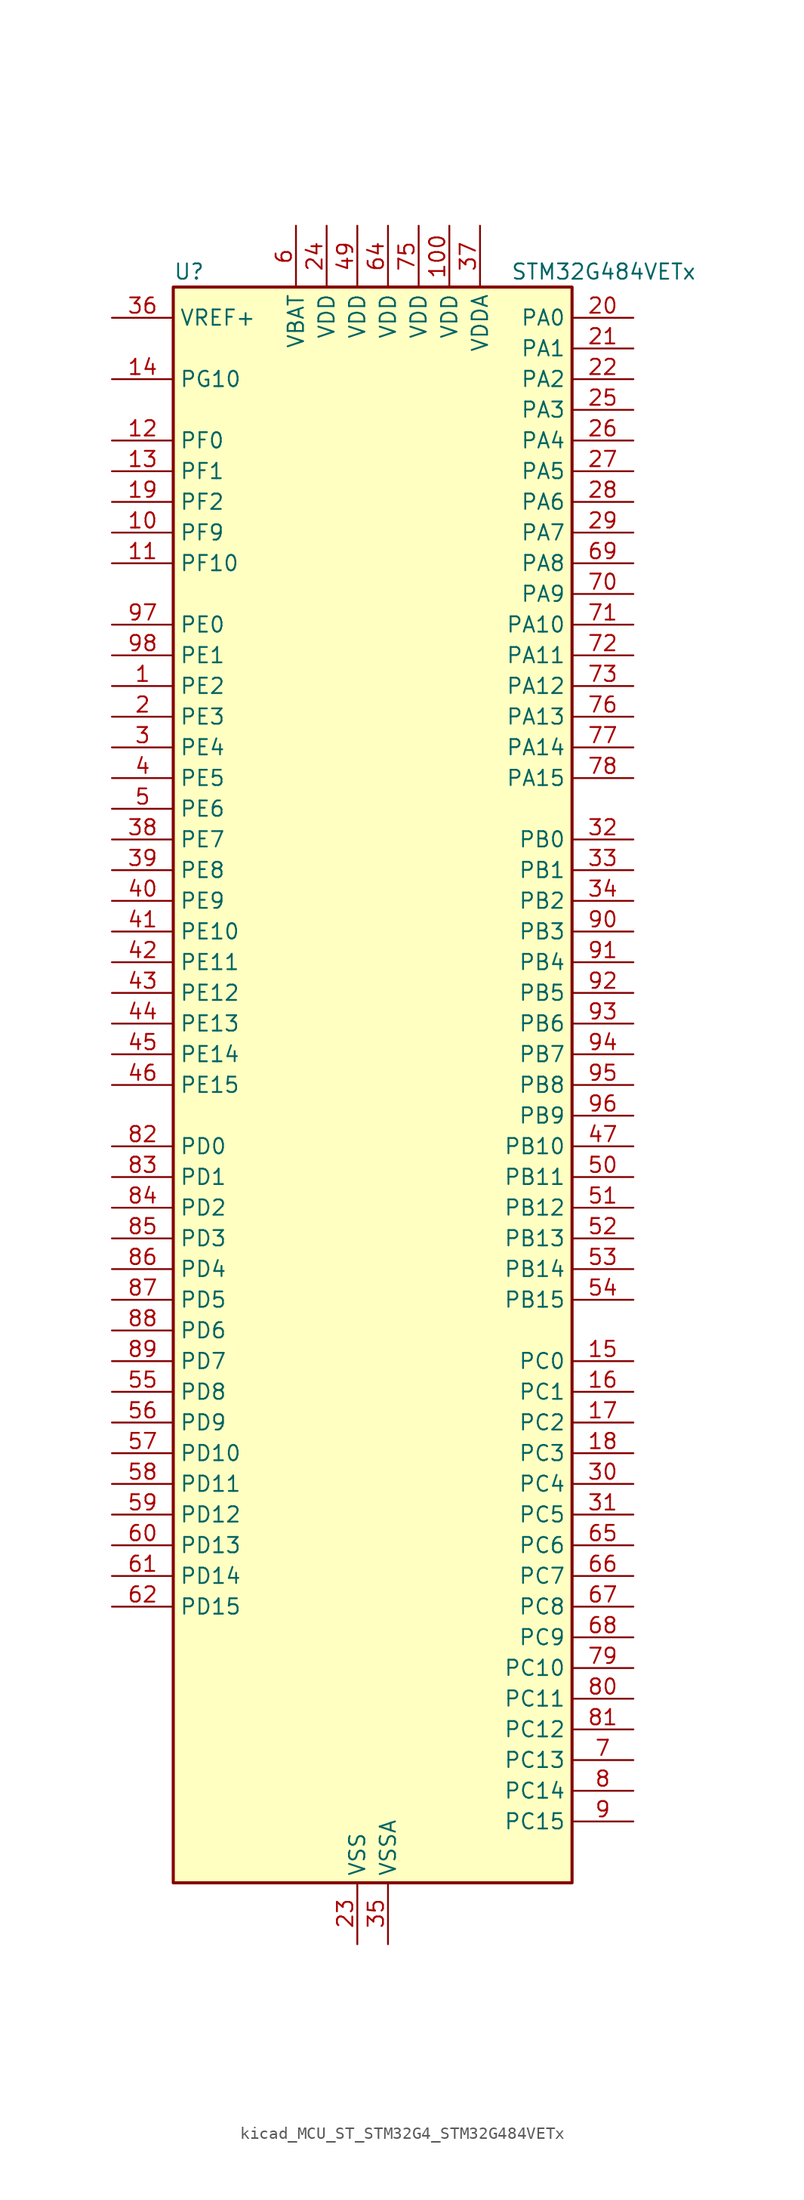
<source format=kicad_sym>
(kicad_symbol_lib
  (version 20220914)
  (generator kicad_symbol_editor)
  (symbol "kicad_MCU_ST_STM32G4_STM32G484VETx"
    (property "Reference" "U"
      (at -15.24 67.31 0)
      (effects (font (size 1.27 1.27)) (justify left)))
    (property "Value" "STM32G484VETx"
      (at 12.7 67.31 0)
      (effects (font (size 1.27 1.27)) (justify left)))
    (property "ki_locked" ""
      (at 0 0 0)
      (effects (font (size 1.27 1.27))))
    (symbol "kicad_MCU_ST_STM32G4_STM32G484VETx_0_1"
      (rectangle (start -15.24 -66.04) (end 17.78 66.04) (stroke (width 0.254) (type default)) (fill (type background))))
    (symbol "kicad_MCU_ST_STM32G4_STM32G484VETx_1_1"
      (pin bidirectional line (at -20.32 33.02 0) (length 5.08) (name "PE2" (effects (font (size 1.27 1.27)))) (number "1" (effects (font (size 1.27 1.27)))) (alternate "ADC3_EXTI2" bidirectional line) (alternate "ADC4_EXTI2" bidirectional line) (alternate "ADC5_EXTI2" bidirectional line) (alternate "FMC_A23" bidirectional line) (alternate "SAI1_CK1" bidirectional line) (alternate "SAI1_MCLK_A" bidirectional line) (alternate "SPI4_SCK" bidirectional line) (alternate "SYS_TRACECLK" bidirectional line) (alternate "TIM20_CH1" bidirectional line) (alternate "TIM3_CH1" bidirectional line))
      (pin bidirectional line (at -20.32 45.72 0) (length 5.08) (name "PF9" (effects (font (size 1.27 1.27)))) (number "10" (effects (font (size 1.27 1.27)))) (alternate "DAC1_EXTI9" bidirectional line) (alternate "DAC2_EXTI9" bidirectional line) (alternate "DAC3_EXTI9" bidirectional line) (alternate "DAC4_EXTI9" bidirectional line) (alternate "FMC_A25" bidirectional line) (alternate "QUADSPI1_BK1_IO1" bidirectional line) (alternate "SAI1_FS_B" bidirectional line) (alternate "SPI2_SCK" bidirectional line) (alternate "TIM15_CH1" bidirectional line) (alternate "TIM20_BKIN" bidirectional line) (alternate "TIM5_CH4" bidirectional line))
      (pin power_in line (at 7.62 71.12 270) (length 5.08) (name "VDD" (effects (font (size 1.27 1.27)))) (number "100" (effects (font (size 1.27 1.27)))))
      (pin bidirectional line (at -20.32 43.18 0) (length 5.08) (name "PF10" (effects (font (size 1.27 1.27)))) (number "11" (effects (font (size 1.27 1.27)))) (alternate "DAC1_EXTI10" bidirectional line) (alternate "DAC2_EXTI10" bidirectional line) (alternate "DAC3_EXTI10" bidirectional line) (alternate "DAC4_EXTI10" bidirectional line) (alternate "FMC_A0" bidirectional line) (alternate "QUADSPI1_CLK" bidirectional line) (alternate "SAI1_D3" bidirectional line) (alternate "SPI2_SCK" bidirectional line) (alternate "TIM15_CH2" bidirectional line) (alternate "TIM20_BKIN2" bidirectional line))
      (pin bidirectional line (at -20.32 53.34 0) (length 5.08) (name "PF0" (effects (font (size 1.27 1.27)))) (number "12" (effects (font (size 1.27 1.27)))) (alternate "ADC1_IN10" bidirectional line) (alternate "I2C2_SDA" bidirectional line) (alternate "I2S2_WS" bidirectional line) (alternate "RCC_OSC_IN" bidirectional line) (alternate "SPI2_NSS" bidirectional line) (alternate "TIM1_CH3N" bidirectional line))
      (pin bidirectional line (at -20.32 50.8 0) (length 5.08) (name "PF1" (effects (font (size 1.27 1.27)))) (number "13" (effects (font (size 1.27 1.27)))) (alternate "ADC2_IN10" bidirectional line) (alternate "COMP3_INM" bidirectional line) (alternate "I2S2_CK" bidirectional line) (alternate "RCC_OSC_OUT" bidirectional line) (alternate "SPI2_SCK" bidirectional line))
      (pin bidirectional line (at -20.32 58.42 0) (length 5.08) (name "PG10" (effects (font (size 1.27 1.27)))) (number "14" (effects (font (size 1.27 1.27)))) (alternate "DAC1_EXTI10" bidirectional line) (alternate "DAC2_EXTI10" bidirectional line) (alternate "DAC3_EXTI10" bidirectional line) (alternate "DAC4_EXTI10" bidirectional line) (alternate "RCC_MCO" bidirectional line))
      (pin bidirectional line (at 22.86 -22.86 180) (length 5.08) (name "PC0" (effects (font (size 1.27 1.27)))) (number "15" (effects (font (size 1.27 1.27)))) (alternate "ADC1_IN6" bidirectional line) (alternate "ADC2_IN6" bidirectional line) (alternate "COMP3_INM" bidirectional line) (alternate "LPTIM1_IN1" bidirectional line) (alternate "LPUART1_RX" bidirectional line) (alternate "TIM1_CH1" bidirectional line))
      (pin bidirectional line (at 22.86 -25.4 180) (length 5.08) (name "PC1" (effects (font (size 1.27 1.27)))) (number "16" (effects (font (size 1.27 1.27)))) (alternate "ADC1_IN7" bidirectional line) (alternate "ADC2_IN7" bidirectional line) (alternate "COMP3_INP" bidirectional line) (alternate "LPTIM1_OUT" bidirectional line) (alternate "LPUART1_TX" bidirectional line) (alternate "QUADSPI1_BK2_IO0" bidirectional line) (alternate "SAI1_SD_A" bidirectional line) (alternate "TIM1_CH2" bidirectional line))
      (pin bidirectional line (at 22.86 -27.94 180) (length 5.08) (name "PC2" (effects (font (size 1.27 1.27)))) (number "17" (effects (font (size 1.27 1.27)))) (alternate "ADC1_IN8" bidirectional line) (alternate "ADC2_IN8" bidirectional line) (alternate "ADC3_EXTI2" bidirectional line) (alternate "ADC4_EXTI2" bidirectional line) (alternate "ADC5_EXTI2" bidirectional line) (alternate "COMP3_OUT" bidirectional line) (alternate "LPTIM1_IN2" bidirectional line) (alternate "QUADSPI1_BK2_IO1" bidirectional line) (alternate "TIM1_CH3" bidirectional line) (alternate "TIM20_CH2" bidirectional line))
      (pin bidirectional line (at 22.86 -30.48 180) (length 5.08) (name "PC3" (effects (font (size 1.27 1.27)))) (number "18" (effects (font (size 1.27 1.27)))) (alternate "ADC1_IN9" bidirectional line) (alternate "ADC2_IN9" bidirectional line) (alternate "ADC3_EXTI3" bidirectional line) (alternate "ADC4_EXTI3" bidirectional line) (alternate "ADC5_EXTI3" bidirectional line) (alternate "LPTIM1_ETR" bidirectional line) (alternate "OPAMP5_VINP" bidirectional line) (alternate "OPAMP5_VINP_SEC" bidirectional line) (alternate "QUADSPI1_BK2_IO2" bidirectional line) (alternate "SAI1_D1" bidirectional line) (alternate "SAI1_SD_A" bidirectional line) (alternate "TIM1_BKIN2" bidirectional line) (alternate "TIM1_CH4" bidirectional line))
      (pin bidirectional line (at -20.32 48.26 0) (length 5.08) (name "PF2" (effects (font (size 1.27 1.27)))) (number "19" (effects (font (size 1.27 1.27)))) (alternate "ADC3_EXTI2" bidirectional line) (alternate "ADC4_EXTI2" bidirectional line) (alternate "ADC5_EXTI2" bidirectional line) (alternate "FMC_A2" bidirectional line) (alternate "I2C2_SMBA" bidirectional line) (alternate "TIM20_CH3" bidirectional line))
      (pin bidirectional line (at -20.32 30.48 0) (length 5.08) (name "PE3" (effects (font (size 1.27 1.27)))) (number "2" (effects (font (size 1.27 1.27)))) (alternate "ADC3_EXTI3" bidirectional line) (alternate "ADC4_EXTI3" bidirectional line) (alternate "ADC5_EXTI3" bidirectional line) (alternate "FMC_A19" bidirectional line) (alternate "SAI1_SD_B" bidirectional line) (alternate "SPI4_NSS" bidirectional line) (alternate "SYS_TRACED0" bidirectional line) (alternate "TIM20_CH2" bidirectional line) (alternate "TIM3_CH2" bidirectional line))
      (pin bidirectional line (at 22.86 63.5 180) (length 5.08) (name "PA0" (effects (font (size 1.27 1.27)))) (number "20" (effects (font (size 1.27 1.27)))) (alternate "ADC1_IN1" bidirectional line) (alternate "ADC2_IN1" bidirectional line) (alternate "COMP1_INM" bidirectional line) (alternate "COMP1_OUT" bidirectional line) (alternate "COMP3_INP" bidirectional line) (alternate "RTC_TAMP2" bidirectional line) (alternate "SYS_WKUP1" bidirectional line) (alternate "TIM2_CH1" bidirectional line) (alternate "TIM2_ETR" bidirectional line) (alternate "TIM5_CH1" bidirectional line) (alternate "TIM8_BKIN" bidirectional line) (alternate "TIM8_ETR" bidirectional line) (alternate "USART2_CTS" bidirectional line) (alternate "USART2_NSS" bidirectional line))
      (pin bidirectional line (at 22.86 60.96 180) (length 5.08) (name "PA1" (effects (font (size 1.27 1.27)))) (number "21" (effects (font (size 1.27 1.27)))) (alternate "ADC1_IN2" bidirectional line) (alternate "ADC2_IN2" bidirectional line) (alternate "COMP1_INP" bidirectional line) (alternate "OPAMP1_VINP" bidirectional line) (alternate "OPAMP1_VINP_SEC" bidirectional line) (alternate "OPAMP3_VINP" bidirectional line) (alternate "OPAMP3_VINP_SEC" bidirectional line) (alternate "OPAMP6_VINM" bidirectional line) (alternate "OPAMP6_VINM0" bidirectional line) (alternate "OPAMP6_VINM_SEC" bidirectional line) (alternate "RTC_REFIN" bidirectional line) (alternate "TIM15_CH1N" bidirectional line) (alternate "TIM2_CH2" bidirectional line) (alternate "TIM5_CH2" bidirectional line) (alternate "USART2_DE" bidirectional line) (alternate "USART2_RTS" bidirectional line))
      (pin bidirectional line (at 22.86 58.42 180) (length 5.08) (name "PA2" (effects (font (size 1.27 1.27)))) (number "22" (effects (font (size 1.27 1.27)))) (alternate "ADC1_IN3" bidirectional line) (alternate "ADC3_EXTI2" bidirectional line) (alternate "ADC4_EXTI2" bidirectional line) (alternate "ADC5_EXTI2" bidirectional line) (alternate "COMP2_INM" bidirectional line) (alternate "COMP2_OUT" bidirectional line) (alternate "LPUART1_TX" bidirectional line) (alternate "OPAMP1_VOUT" bidirectional line) (alternate "QUADSPI1_BK1_NCS" bidirectional line) (alternate "RCC_LSCO" bidirectional line) (alternate "SYS_WKUP4" bidirectional line) (alternate "TIM15_CH1" bidirectional line) (alternate "TIM2_CH3" bidirectional line) (alternate "TIM5_CH3" bidirectional line) (alternate "UCPD1_FRSTX1" bidirectional line) (alternate "UCPD1_FRSTX2" bidirectional line) (alternate "USART2_TX" bidirectional line))
      (pin power_in line (at 0 -71.12 90) (length 5.08) (name "VSS" (effects (font (size 1.27 1.27)))) (number "23" (effects (font (size 1.27 1.27)))))
      (pin power_in line (at -2.54 71.12 270) (length 5.08) (name "VDD" (effects (font (size 1.27 1.27)))) (number "24" (effects (font (size 1.27 1.27)))))
      (pin bidirectional line (at 22.86 55.88 180) (length 5.08) (name "PA3" (effects (font (size 1.27 1.27)))) (number "25" (effects (font (size 1.27 1.27)))) (alternate "ADC1_IN4" bidirectional line) (alternate "ADC3_EXTI3" bidirectional line) (alternate "ADC4_EXTI3" bidirectional line) (alternate "ADC5_EXTI3" bidirectional line) (alternate "COMP2_INP" bidirectional line) (alternate "LPUART1_RX" bidirectional line) (alternate "OPAMP1_VINM" bidirectional line) (alternate "OPAMP1_VINM0" bidirectional line) (alternate "OPAMP1_VINM_SEC" bidirectional line) (alternate "OPAMP1_VINP" bidirectional line) (alternate "OPAMP1_VINP_SEC" bidirectional line) (alternate "OPAMP5_VINM" bidirectional line) (alternate "OPAMP5_VINM1" bidirectional line) (alternate "OPAMP5_VINM_SEC" bidirectional line) (alternate "QUADSPI1_CLK" bidirectional line) (alternate "SAI1_CK1" bidirectional line) (alternate "SAI1_MCLK_A" bidirectional line) (alternate "TIM15_CH2" bidirectional line) (alternate "TIM2_CH4" bidirectional line) (alternate "TIM5_CH4" bidirectional line) (alternate "USART2_RX" bidirectional line))
      (pin bidirectional line (at 22.86 53.34 180) (length 5.08) (name "PA4" (effects (font (size 1.27 1.27)))) (number "26" (effects (font (size 1.27 1.27)))) (alternate "ADC2_IN17" bidirectional line) (alternate "COMP1_INM" bidirectional line) (alternate "DAC1_OUT1" bidirectional line) (alternate "I2S3_WS" bidirectional line) (alternate "SAI1_FS_B" bidirectional line) (alternate "SPI1_NSS" bidirectional line) (alternate "SPI3_NSS" bidirectional line) (alternate "TIM3_CH2" bidirectional line) (alternate "USART2_CK" bidirectional line))
      (pin bidirectional line (at 22.86 50.8 180) (length 5.08) (name "PA5" (effects (font (size 1.27 1.27)))) (number "27" (effects (font (size 1.27 1.27)))) (alternate "ADC2_IN13" bidirectional line) (alternate "COMP2_INM" bidirectional line) (alternate "DAC1_OUT2" bidirectional line) (alternate "OPAMP2_VINM" bidirectional line) (alternate "OPAMP2_VINM0" bidirectional line) (alternate "OPAMP2_VINM_SEC" bidirectional line) (alternate "SPI1_SCK" bidirectional line) (alternate "TIM2_CH1" bidirectional line) (alternate "TIM2_ETR" bidirectional line) (alternate "UCPD1_FRSTX1" bidirectional line) (alternate "UCPD1_FRSTX2" bidirectional line))
      (pin bidirectional line (at 22.86 48.26 180) (length 5.08) (name "PA6" (effects (font (size 1.27 1.27)))) (number "28" (effects (font (size 1.27 1.27)))) (alternate "ADC2_IN3" bidirectional line) (alternate "COMP1_OUT" bidirectional line) (alternate "DAC2_OUT1" bidirectional line) (alternate "LPUART1_CTS" bidirectional line) (alternate "OPAMP2_VOUT" bidirectional line) (alternate "QUADSPI1_BK1_IO3" bidirectional line) (alternate "SPI1_MISO" bidirectional line) (alternate "TIM16_CH1" bidirectional line) (alternate "TIM1_BKIN" bidirectional line) (alternate "TIM3_CH1" bidirectional line) (alternate "TIM8_BKIN" bidirectional line))
      (pin bidirectional line (at 22.86 45.72 180) (length 5.08) (name "PA7" (effects (font (size 1.27 1.27)))) (number "29" (effects (font (size 1.27 1.27)))) (alternate "ADC2_IN4" bidirectional line) (alternate "COMP2_INP" bidirectional line) (alternate "COMP2_OUT" bidirectional line) (alternate "OPAMP1_VINP" bidirectional line) (alternate "OPAMP1_VINP_SEC" bidirectional line) (alternate "OPAMP2_VINP" bidirectional line) (alternate "OPAMP2_VINP_SEC" bidirectional line) (alternate "QUADSPI1_BK1_IO2" bidirectional line) (alternate "SPI1_MOSI" bidirectional line) (alternate "TIM17_CH1" bidirectional line) (alternate "TIM1_CH1N" bidirectional line) (alternate "TIM3_CH2" bidirectional line) (alternate "TIM8_CH1N" bidirectional line) (alternate "UCPD1_FRSTX1" bidirectional line) (alternate "UCPD1_FRSTX2" bidirectional line))
      (pin bidirectional line (at -20.32 27.94 0) (length 5.08) (name "PE4" (effects (font (size 1.27 1.27)))) (number "3" (effects (font (size 1.27 1.27)))) (alternate "FMC_A20" bidirectional line) (alternate "SAI1_D2" bidirectional line) (alternate "SAI1_FS_A" bidirectional line) (alternate "SPI4_NSS" bidirectional line) (alternate "SYS_TRACED1" bidirectional line) (alternate "TIM20_CH1N" bidirectional line) (alternate "TIM3_CH3" bidirectional line))
      (pin bidirectional line (at 22.86 -33.02 180) (length 5.08) (name "PC4" (effects (font (size 1.27 1.27)))) (number "30" (effects (font (size 1.27 1.27)))) (alternate "ADC2_IN5" bidirectional line) (alternate "I2C2_SCL" bidirectional line) (alternate "QUADSPI1_BK2_IO3" bidirectional line) (alternate "TIM1_ETR" bidirectional line) (alternate "USART1_TX" bidirectional line))
      (pin bidirectional line (at 22.86 -35.56 180) (length 5.08) (name "PC5" (effects (font (size 1.27 1.27)))) (number "31" (effects (font (size 1.27 1.27)))) (alternate "ADC2_IN11" bidirectional line) (alternate "HRTIM1_EEV10" bidirectional line) (alternate "OPAMP1_VINM" bidirectional line) (alternate "OPAMP1_VINM1" bidirectional line) (alternate "OPAMP1_VINM_SEC" bidirectional line) (alternate "OPAMP2_VINM" bidirectional line) (alternate "OPAMP2_VINM1" bidirectional line) (alternate "OPAMP2_VINM_SEC" bidirectional line) (alternate "SAI1_D3" bidirectional line) (alternate "SYS_WKUP5" bidirectional line) (alternate "TIM15_BKIN" bidirectional line) (alternate "TIM1_CH4N" bidirectional line) (alternate "USART1_RX" bidirectional line))
      (pin bidirectional line (at 22.86 20.32 180) (length 5.08) (name "PB0" (effects (font (size 1.27 1.27)))) (number "32" (effects (font (size 1.27 1.27)))) (alternate "ADC1_IN15" bidirectional line) (alternate "ADC3_IN12" bidirectional line) (alternate "COMP4_INP" bidirectional line) (alternate "HRTIM1_FLT5" bidirectional line) (alternate "OPAMP2_VINP" bidirectional line) (alternate "OPAMP2_VINP_SEC" bidirectional line) (alternate "OPAMP3_VINP" bidirectional line) (alternate "OPAMP3_VINP_SEC" bidirectional line) (alternate "QUADSPI1_BK1_IO1" bidirectional line) (alternate "TIM1_CH2N" bidirectional line) (alternate "TIM3_CH3" bidirectional line) (alternate "TIM8_CH2N" bidirectional line) (alternate "UCPD1_FRSTX1" bidirectional line) (alternate "UCPD1_FRSTX2" bidirectional line))
      (pin bidirectional line (at 22.86 17.78 180) (length 5.08) (name "PB1" (effects (font (size 1.27 1.27)))) (number "33" (effects (font (size 1.27 1.27)))) (alternate "ADC1_IN12" bidirectional line) (alternate "ADC3_IN1" bidirectional line) (alternate "COMP1_INP" bidirectional line) (alternate "COMP4_OUT" bidirectional line) (alternate "HRTIM1_SCOUT" bidirectional line) (alternate "LPUART1_DE" bidirectional line) (alternate "LPUART1_RTS" bidirectional line) (alternate "OPAMP3_VOUT" bidirectional line) (alternate "OPAMP6_VINM" bidirectional line) (alternate "OPAMP6_VINM1" bidirectional line) (alternate "OPAMP6_VINM_SEC" bidirectional line) (alternate "QUADSPI1_BK1_IO0" bidirectional line) (alternate "TIM1_CH3N" bidirectional line) (alternate "TIM3_CH4" bidirectional line) (alternate "TIM8_CH3N" bidirectional line))
      (pin bidirectional line (at 22.86 15.24 180) (length 5.08) (name "PB2" (effects (font (size 1.27 1.27)))) (number "34" (effects (font (size 1.27 1.27)))) (alternate "ADC2_IN12" bidirectional line) (alternate "ADC3_EXTI2" bidirectional line) (alternate "ADC4_EXTI2" bidirectional line) (alternate "ADC5_EXTI2" bidirectional line) (alternate "COMP4_INM" bidirectional line) (alternate "HRTIM1_SCIN" bidirectional line) (alternate "I2C3_SMBA" bidirectional line) (alternate "LPTIM1_OUT" bidirectional line) (alternate "OPAMP3_VINM" bidirectional line) (alternate "OPAMP3_VINM0" bidirectional line) (alternate "OPAMP3_VINM_SEC" bidirectional line) (alternate "QUADSPI1_BK2_IO1" bidirectional line) (alternate "RTC_OUT2" bidirectional line) (alternate "TIM20_CH1" bidirectional line) (alternate "TIM5_CH1" bidirectional line))
      (pin power_in line (at 2.54 -71.12 90) (length 5.08) (name "VSSA" (effects (font (size 1.27 1.27)))) (number "35" (effects (font (size 1.27 1.27)))))
      (pin input line (at -20.32 63.5 0) (length 5.08) (name "VREF+" (effects (font (size 1.27 1.27)))) (number "36" (effects (font (size 1.27 1.27)))) (alternate "VREFBUF_OUT" bidirectional line))
      (pin power_in line (at 10.16 71.12 270) (length 5.08) (name "VDDA" (effects (font (size 1.27 1.27)))) (number "37" (effects (font (size 1.27 1.27)))))
      (pin bidirectional line (at -20.32 20.32 0) (length 5.08) (name "PE7" (effects (font (size 1.27 1.27)))) (number "38" (effects (font (size 1.27 1.27)))) (alternate "ADC3_IN4" bidirectional line) (alternate "COMP4_INP" bidirectional line) (alternate "FMC_D4" bidirectional line) (alternate "FMC_DA4" bidirectional line) (alternate "SAI1_SD_B" bidirectional line) (alternate "TIM1_ETR" bidirectional line))
      (pin bidirectional line (at -20.32 17.78 0) (length 5.08) (name "PE8" (effects (font (size 1.27 1.27)))) (number "39" (effects (font (size 1.27 1.27)))) (alternate "ADC3_IN6" bidirectional line) (alternate "ADC4_IN6" bidirectional line) (alternate "ADC5_IN6" bidirectional line) (alternate "COMP4_INM" bidirectional line) (alternate "FMC_D5" bidirectional line) (alternate "FMC_DA5" bidirectional line) (alternate "SAI1_SCK_B" bidirectional line) (alternate "TIM1_CH1N" bidirectional line) (alternate "TIM5_CH3" bidirectional line))
      (pin bidirectional line (at -20.32 25.4 0) (length 5.08) (name "PE5" (effects (font (size 1.27 1.27)))) (number "4" (effects (font (size 1.27 1.27)))) (alternate "FMC_A21" bidirectional line) (alternate "SAI1_CK2" bidirectional line) (alternate "SAI1_SCK_A" bidirectional line) (alternate "SPI4_MISO" bidirectional line) (alternate "SYS_TRACED2" bidirectional line) (alternate "TIM20_CH2N" bidirectional line) (alternate "TIM3_CH4" bidirectional line))
      (pin bidirectional line (at -20.32 15.24 0) (length 5.08) (name "PE9" (effects (font (size 1.27 1.27)))) (number "40" (effects (font (size 1.27 1.27)))) (alternate "ADC3_IN2" bidirectional line) (alternate "DAC1_EXTI9" bidirectional line) (alternate "DAC2_EXTI9" bidirectional line) (alternate "DAC3_EXTI9" bidirectional line) (alternate "DAC4_EXTI9" bidirectional line) (alternate "FMC_D6" bidirectional line) (alternate "FMC_DA6" bidirectional line) (alternate "SAI1_FS_B" bidirectional line) (alternate "TIM1_CH1" bidirectional line) (alternate "TIM5_CH4" bidirectional line))
      (pin bidirectional line (at -20.32 12.7 0) (length 5.08) (name "PE10" (effects (font (size 1.27 1.27)))) (number "41" (effects (font (size 1.27 1.27)))) (alternate "ADC3_IN14" bidirectional line) (alternate "ADC4_IN14" bidirectional line) (alternate "ADC5_IN14" bidirectional line) (alternate "DAC1_EXTI10" bidirectional line) (alternate "DAC2_EXTI10" bidirectional line) (alternate "DAC3_EXTI10" bidirectional line) (alternate "DAC4_EXTI10" bidirectional line) (alternate "FMC_D7" bidirectional line) (alternate "FMC_DA7" bidirectional line) (alternate "QUADSPI1_CLK" bidirectional line) (alternate "SAI1_MCLK_B" bidirectional line) (alternate "TIM1_CH2N" bidirectional line))
      (pin bidirectional line (at -20.32 10.16 0) (length 5.08) (name "PE11" (effects (font (size 1.27 1.27)))) (number "42" (effects (font (size 1.27 1.27)))) (alternate "ADC1_EXTI11" bidirectional line) (alternate "ADC2_EXTI11" bidirectional line) (alternate "ADC3_IN15" bidirectional line) (alternate "ADC4_IN15" bidirectional line) (alternate "ADC5_IN15" bidirectional line) (alternate "FMC_D8" bidirectional line) (alternate "FMC_DA8" bidirectional line) (alternate "QUADSPI1_BK1_NCS" bidirectional line) (alternate "SPI4_NSS" bidirectional line) (alternate "TIM1_CH2" bidirectional line))
      (pin bidirectional line (at -20.32 7.62 0) (length 5.08) (name "PE12" (effects (font (size 1.27 1.27)))) (number "43" (effects (font (size 1.27 1.27)))) (alternate "ADC3_IN16" bidirectional line) (alternate "ADC4_IN16" bidirectional line) (alternate "ADC5_IN16" bidirectional line) (alternate "FMC_D9" bidirectional line) (alternate "FMC_DA9" bidirectional line) (alternate "QUADSPI1_BK1_IO0" bidirectional line) (alternate "SPI4_SCK" bidirectional line) (alternate "TIM1_CH3N" bidirectional line))
      (pin bidirectional line (at -20.32 5.08 0) (length 5.08) (name "PE13" (effects (font (size 1.27 1.27)))) (number "44" (effects (font (size 1.27 1.27)))) (alternate "ADC3_IN3" bidirectional line) (alternate "FMC_D10" bidirectional line) (alternate "FMC_DA10" bidirectional line) (alternate "QUADSPI1_BK1_IO1" bidirectional line) (alternate "SPI4_MISO" bidirectional line) (alternate "TIM1_CH3" bidirectional line))
      (pin bidirectional line (at -20.32 2.54 0) (length 5.08) (name "PE14" (effects (font (size 1.27 1.27)))) (number "45" (effects (font (size 1.27 1.27)))) (alternate "ADC4_IN1" bidirectional line) (alternate "FMC_D11" bidirectional line) (alternate "FMC_DA11" bidirectional line) (alternate "QUADSPI1_BK1_IO2" bidirectional line) (alternate "SPI4_MOSI" bidirectional line) (alternate "TIM1_BKIN2" bidirectional line) (alternate "TIM1_CH4" bidirectional line))
      (pin bidirectional line (at -20.32 0 0) (length 5.08) (name "PE15" (effects (font (size 1.27 1.27)))) (number "46" (effects (font (size 1.27 1.27)))) (alternate "ADC1_EXTI15" bidirectional line) (alternate "ADC2_EXTI15" bidirectional line) (alternate "ADC4_IN2" bidirectional line) (alternate "FMC_D12" bidirectional line) (alternate "FMC_DA12" bidirectional line) (alternate "QUADSPI1_BK1_IO3" bidirectional line) (alternate "TIM1_BKIN" bidirectional line) (alternate "TIM1_CH4N" bidirectional line) (alternate "USART3_RX" bidirectional line))
      (pin bidirectional line (at 22.86 -5.08 180) (length 5.08) (name "PB10" (effects (font (size 1.27 1.27)))) (number "47" (effects (font (size 1.27 1.27)))) (alternate "COMP5_INM" bidirectional line) (alternate "DAC1_EXTI10" bidirectional line) (alternate "DAC2_EXTI10" bidirectional line) (alternate "DAC3_EXTI10" bidirectional line) (alternate "DAC4_EXTI10" bidirectional line) (alternate "HRTIM1_FLT3" bidirectional line) (alternate "LPUART1_RX" bidirectional line) (alternate "OPAMP3_VINM" bidirectional line) (alternate "OPAMP3_VINM1" bidirectional line) (alternate "OPAMP3_VINM_SEC" bidirectional line) (alternate "OPAMP4_VINM" bidirectional line) (alternate "OPAMP4_VINM0" bidirectional line) (alternate "OPAMP4_VINM_SEC" bidirectional line) (alternate "QUADSPI1_CLK" bidirectional line) (alternate "SAI1_SCK_A" bidirectional line) (alternate "TIM1_BKIN" bidirectional line) (alternate "TIM2_CH3" bidirectional line) (alternate "USART3_TX" bidirectional line))
      (pin passive line (at 0 -71.12 90) (length 5.08) hide (name "VSS" (effects (font (size 1.27 1.27)))) (number "48" (effects (font (size 1.27 1.27)))))
      (pin power_in line (at 0 71.12 270) (length 5.08) (name "VDD" (effects (font (size 1.27 1.27)))) (number "49" (effects (font (size 1.27 1.27)))))
      (pin bidirectional line (at -20.32 22.86 0) (length 5.08) (name "PE6" (effects (font (size 1.27 1.27)))) (number "5" (effects (font (size 1.27 1.27)))) (alternate "FMC_A22" bidirectional line) (alternate "RTC_TAMP3" bidirectional line) (alternate "SAI1_D1" bidirectional line) (alternate "SAI1_SD_A" bidirectional line) (alternate "SPI4_MOSI" bidirectional line) (alternate "SYS_TRACED3" bidirectional line) (alternate "SYS_WKUP3" bidirectional line) (alternate "TIM20_CH3N" bidirectional line))
      (pin bidirectional line (at 22.86 -7.62 180) (length 5.08) (name "PB11" (effects (font (size 1.27 1.27)))) (number "50" (effects (font (size 1.27 1.27)))) (alternate "ADC1_EXTI11" bidirectional line) (alternate "ADC1_IN14" bidirectional line) (alternate "ADC2_EXTI11" bidirectional line) (alternate "ADC2_IN14" bidirectional line) (alternate "COMP6_INP" bidirectional line) (alternate "HRTIM1_FLT4" bidirectional line) (alternate "LPUART1_TX" bidirectional line) (alternate "OPAMP4_VINP" bidirectional line) (alternate "OPAMP4_VINP_SEC" bidirectional line) (alternate "OPAMP6_VOUT" bidirectional line) (alternate "QUADSPI1_BK1_NCS" bidirectional line) (alternate "TIM2_CH4" bidirectional line) (alternate "USART3_RX" bidirectional line))
      (pin bidirectional line (at 22.86 -10.16 180) (length 5.08) (name "PB12" (effects (font (size 1.27 1.27)))) (number "51" (effects (font (size 1.27 1.27)))) (alternate "ADC1_IN11" bidirectional line) (alternate "ADC4_IN3" bidirectional line) (alternate "COMP7_INM" bidirectional line) (alternate "FDCAN2_RX" bidirectional line) (alternate "HRTIM1_CHC1" bidirectional line) (alternate "I2C2_SMBA" bidirectional line) (alternate "I2S2_WS" bidirectional line) (alternate "LPUART1_DE" bidirectional line) (alternate "LPUART1_RTS" bidirectional line) (alternate "OPAMP4_VOUT" bidirectional line) (alternate "OPAMP6_VINP" bidirectional line) (alternate "OPAMP6_VINP_SEC" bidirectional line) (alternate "SPI2_NSS" bidirectional line) (alternate "TIM1_BKIN" bidirectional line) (alternate "TIM5_ETR" bidirectional line) (alternate "USART3_CK" bidirectional line))
      (pin bidirectional line (at 22.86 -12.7 180) (length 5.08) (name "PB13" (effects (font (size 1.27 1.27)))) (number "52" (effects (font (size 1.27 1.27)))) (alternate "ADC3_IN5" bidirectional line) (alternate "COMP5_INP" bidirectional line) (alternate "FDCAN2_TX" bidirectional line) (alternate "HRTIM1_CHC2" bidirectional line) (alternate "I2S2_CK" bidirectional line) (alternate "LPUART1_CTS" bidirectional line) (alternate "OPAMP3_VINP" bidirectional line) (alternate "OPAMP3_VINP_SEC" bidirectional line) (alternate "OPAMP4_VINP" bidirectional line) (alternate "OPAMP4_VINP_SEC" bidirectional line) (alternate "OPAMP6_VINP" bidirectional line) (alternate "OPAMP6_VINP_SEC" bidirectional line) (alternate "SPI2_SCK" bidirectional line) (alternate "TIM1_CH1N" bidirectional line) (alternate "USART3_CTS" bidirectional line) (alternate "USART3_NSS" bidirectional line))
      (pin bidirectional line (at 22.86 -15.24 180) (length 5.08) (name "PB14" (effects (font (size 1.27 1.27)))) (number "53" (effects (font (size 1.27 1.27)))) (alternate "ADC1_IN5" bidirectional line) (alternate "ADC4_IN4" bidirectional line) (alternate "COMP4_OUT" bidirectional line) (alternate "COMP7_INP" bidirectional line) (alternate "HRTIM1_CHD1" bidirectional line) (alternate "OPAMP2_VINP" bidirectional line) (alternate "OPAMP2_VINP_SEC" bidirectional line) (alternate "OPAMP5_VINP" bidirectional line) (alternate "OPAMP5_VINP_SEC" bidirectional line) (alternate "SPI2_MISO" bidirectional line) (alternate "TIM15_CH1" bidirectional line) (alternate "TIM1_CH2N" bidirectional line) (alternate "USART3_DE" bidirectional line) (alternate "USART3_RTS" bidirectional line))
      (pin bidirectional line (at 22.86 -17.78 180) (length 5.08) (name "PB15" (effects (font (size 1.27 1.27)))) (number "54" (effects (font (size 1.27 1.27)))) (alternate "ADC1_EXTI15" bidirectional line) (alternate "ADC2_EXTI15" bidirectional line) (alternate "ADC2_IN15" bidirectional line) (alternate "ADC4_IN5" bidirectional line) (alternate "COMP3_OUT" bidirectional line) (alternate "COMP6_INM" bidirectional line) (alternate "HRTIM1_CHD2" bidirectional line) (alternate "I2S2_SD" bidirectional line) (alternate "OPAMP5_VINM" bidirectional line) (alternate "OPAMP5_VINM0" bidirectional line) (alternate "OPAMP5_VINM_SEC" bidirectional line) (alternate "RTC_REFIN" bidirectional line) (alternate "SPI2_MOSI" bidirectional line) (alternate "TIM15_CH1N" bidirectional line) (alternate "TIM15_CH2" bidirectional line) (alternate "TIM1_CH3N" bidirectional line))
      (pin bidirectional line (at -20.32 -25.4 0) (length 5.08) (name "PD8" (effects (font (size 1.27 1.27)))) (number "55" (effects (font (size 1.27 1.27)))) (alternate "ADC4_IN12" bidirectional line) (alternate "ADC5_IN12" bidirectional line) (alternate "FMC_D13" bidirectional line) (alternate "FMC_DA13" bidirectional line) (alternate "OPAMP4_VINM" bidirectional line) (alternate "OPAMP4_VINM1" bidirectional line) (alternate "OPAMP4_VINM_SEC" bidirectional line) (alternate "USART3_TX" bidirectional line))
      (pin bidirectional line (at -20.32 -27.94 0) (length 5.08) (name "PD9" (effects (font (size 1.27 1.27)))) (number "56" (effects (font (size 1.27 1.27)))) (alternate "ADC4_IN13" bidirectional line) (alternate "ADC5_IN13" bidirectional line) (alternate "DAC1_EXTI9" bidirectional line) (alternate "DAC2_EXTI9" bidirectional line) (alternate "DAC3_EXTI9" bidirectional line) (alternate "DAC4_EXTI9" bidirectional line) (alternate "FMC_D14" bidirectional line) (alternate "FMC_DA14" bidirectional line) (alternate "OPAMP6_VINP" bidirectional line) (alternate "OPAMP6_VINP_SEC" bidirectional line) (alternate "USART3_RX" bidirectional line))
      (pin bidirectional line (at -20.32 -30.48 0) (length 5.08) (name "PD10" (effects (font (size 1.27 1.27)))) (number "57" (effects (font (size 1.27 1.27)))) (alternate "ADC3_IN7" bidirectional line) (alternate "ADC4_IN7" bidirectional line) (alternate "ADC5_IN7" bidirectional line) (alternate "COMP6_INM" bidirectional line) (alternate "DAC1_EXTI10" bidirectional line) (alternate "DAC2_EXTI10" bidirectional line) (alternate "DAC3_EXTI10" bidirectional line) (alternate "DAC4_EXTI10" bidirectional line) (alternate "FMC_D15" bidirectional line) (alternate "FMC_DA15" bidirectional line) (alternate "USART3_CK" bidirectional line))
      (pin bidirectional line (at -20.32 -33.02 0) (length 5.08) (name "PD11" (effects (font (size 1.27 1.27)))) (number "58" (effects (font (size 1.27 1.27)))) (alternate "ADC1_EXTI11" bidirectional line) (alternate "ADC2_EXTI11" bidirectional line) (alternate "ADC3_IN8" bidirectional line) (alternate "ADC4_IN8" bidirectional line) (alternate "ADC5_IN8" bidirectional line) (alternate "COMP6_INP" bidirectional line) (alternate "FMC_A16" bidirectional line) (alternate "FMC_CLE" bidirectional line) (alternate "I2C4_SMBA" bidirectional line) (alternate "OPAMP4_VINP" bidirectional line) (alternate "OPAMP4_VINP_SEC" bidirectional line) (alternate "TIM5_ETR" bidirectional line) (alternate "USART3_CTS" bidirectional line) (alternate "USART3_NSS" bidirectional line))
      (pin bidirectional line (at -20.32 -35.56 0) (length 5.08) (name "PD12" (effects (font (size 1.27 1.27)))) (number "59" (effects (font (size 1.27 1.27)))) (alternate "ADC3_IN9" bidirectional line) (alternate "ADC4_IN9" bidirectional line) (alternate "ADC5_IN9" bidirectional line) (alternate "COMP5_INP" bidirectional line) (alternate "FMC_A17" bidirectional line) (alternate "FMC_ALE" bidirectional line) (alternate "OPAMP5_VINP" bidirectional line) (alternate "OPAMP5_VINP_SEC" bidirectional line) (alternate "TIM4_CH1" bidirectional line) (alternate "USART3_DE" bidirectional line) (alternate "USART3_RTS" bidirectional line))
      (pin power_in line (at -5.08 71.12 270) (length 5.08) (name "VBAT" (effects (font (size 1.27 1.27)))) (number "6" (effects (font (size 1.27 1.27)))))
      (pin bidirectional line (at -20.32 -38.1 0) (length 5.08) (name "PD13" (effects (font (size 1.27 1.27)))) (number "60" (effects (font (size 1.27 1.27)))) (alternate "ADC3_IN10" bidirectional line) (alternate "ADC4_IN10" bidirectional line) (alternate "ADC5_IN10" bidirectional line) (alternate "COMP5_INM" bidirectional line) (alternate "FMC_A18" bidirectional line) (alternate "TIM4_CH2" bidirectional line))
      (pin bidirectional line (at -20.32 -40.64 0) (length 5.08) (name "PD14" (effects (font (size 1.27 1.27)))) (number "61" (effects (font (size 1.27 1.27)))) (alternate "ADC3_IN11" bidirectional line) (alternate "ADC4_IN11" bidirectional line) (alternate "ADC5_IN11" bidirectional line) (alternate "COMP7_INP" bidirectional line) (alternate "FMC_D0" bidirectional line) (alternate "FMC_DA0" bidirectional line) (alternate "OPAMP2_VINP" bidirectional line) (alternate "OPAMP2_VINP_SEC" bidirectional line) (alternate "TIM4_CH3" bidirectional line))
      (pin bidirectional line (at -20.32 -43.18 0) (length 5.08) (name "PD15" (effects (font (size 1.27 1.27)))) (number "62" (effects (font (size 1.27 1.27)))) (alternate "ADC1_EXTI15" bidirectional line) (alternate "ADC2_EXTI15" bidirectional line) (alternate "COMP7_INM" bidirectional line) (alternate "FMC_D1" bidirectional line) (alternate "FMC_DA1" bidirectional line) (alternate "SPI2_NSS" bidirectional line) (alternate "TIM4_CH4" bidirectional line))
      (pin passive line (at 0 -71.12 90) (length 5.08) hide (name "VSS" (effects (font (size 1.27 1.27)))) (number "63" (effects (font (size 1.27 1.27)))))
      (pin power_in line (at 2.54 71.12 270) (length 5.08) (name "VDD" (effects (font (size 1.27 1.27)))) (number "64" (effects (font (size 1.27 1.27)))))
      (pin bidirectional line (at 22.86 -38.1 180) (length 5.08) (name "PC6" (effects (font (size 1.27 1.27)))) (number "65" (effects (font (size 1.27 1.27)))) (alternate "COMP6_OUT" bidirectional line) (alternate "HRTIM1_CHF1" bidirectional line) (alternate "HRTIM1_EEV10" bidirectional line) (alternate "I2C4_SCL" bidirectional line) (alternate "I2S2_MCK" bidirectional line) (alternate "TIM3_CH1" bidirectional line) (alternate "TIM8_CH1" bidirectional line))
      (pin bidirectional line (at 22.86 -40.64 180) (length 5.08) (name "PC7" (effects (font (size 1.27 1.27)))) (number "66" (effects (font (size 1.27 1.27)))) (alternate "COMP5_OUT" bidirectional line) (alternate "HRTIM1_CHF2" bidirectional line) (alternate "HRTIM1_FLT5" bidirectional line) (alternate "I2C4_SDA" bidirectional line) (alternate "I2S3_MCK" bidirectional line) (alternate "TIM3_CH2" bidirectional line) (alternate "TIM8_CH2" bidirectional line))
      (pin bidirectional line (at 22.86 -43.18 180) (length 5.08) (name "PC8" (effects (font (size 1.27 1.27)))) (number "67" (effects (font (size 1.27 1.27)))) (alternate "COMP7_OUT" bidirectional line) (alternate "HRTIM1_CHE1" bidirectional line) (alternate "I2C3_SCL" bidirectional line) (alternate "TIM20_CH3" bidirectional line) (alternate "TIM3_CH3" bidirectional line) (alternate "TIM8_CH3" bidirectional line))
      (pin bidirectional line (at 22.86 -45.72 180) (length 5.08) (name "PC9" (effects (font (size 1.27 1.27)))) (number "68" (effects (font (size 1.27 1.27)))) (alternate "DAC1_EXTI9" bidirectional line) (alternate "DAC2_EXTI9" bidirectional line) (alternate "DAC3_EXTI9" bidirectional line) (alternate "DAC4_EXTI9" bidirectional line) (alternate "HRTIM1_CHE2" bidirectional line) (alternate "I2C3_SDA" bidirectional line) (alternate "I2S_CKIN" bidirectional line) (alternate "TIM3_CH4" bidirectional line) (alternate "TIM8_BKIN2" bidirectional line) (alternate "TIM8_CH4" bidirectional line))
      (pin bidirectional line (at 22.86 43.18 180) (length 5.08) (name "PA8" (effects (font (size 1.27 1.27)))) (number "69" (effects (font (size 1.27 1.27)))) (alternate "ADC5_IN1" bidirectional line) (alternate "COMP7_OUT" bidirectional line) (alternate "FDCAN3_RX" bidirectional line) (alternate "HRTIM1_CHA1" bidirectional line) (alternate "I2C2_SDA" bidirectional line) (alternate "I2C3_SCL" bidirectional line) (alternate "I2S2_MCK" bidirectional line) (alternate "OPAMP5_VOUT" bidirectional line) (alternate "RCC_MCO" bidirectional line) (alternate "SAI1_CK2" bidirectional line) (alternate "SAI1_SCK_A" bidirectional line) (alternate "TIM1_CH1" bidirectional line) (alternate "TIM4_ETR" bidirectional line) (alternate "USART1_CK" bidirectional line))
      (pin bidirectional line (at 22.86 -55.88 180) (length 5.08) (name "PC13" (effects (font (size 1.27 1.27)))) (number "7" (effects (font (size 1.27 1.27)))) (alternate "RTC_OUT1" bidirectional line) (alternate "RTC_TAMP1" bidirectional line) (alternate "RTC_TS" bidirectional line) (alternate "SYS_WKUP2" bidirectional line) (alternate "TIM1_BKIN" bidirectional line) (alternate "TIM1_CH1N" bidirectional line) (alternate "TIM8_CH4N" bidirectional line))
      (pin bidirectional line (at 22.86 40.64 180) (length 5.08) (name "PA9" (effects (font (size 1.27 1.27)))) (number "70" (effects (font (size 1.27 1.27)))) (alternate "ADC5_IN2" bidirectional line) (alternate "COMP5_OUT" bidirectional line) (alternate "DAC1_EXTI9" bidirectional line) (alternate "DAC2_EXTI9" bidirectional line) (alternate "DAC3_EXTI9" bidirectional line) (alternate "DAC4_EXTI9" bidirectional line) (alternate "HRTIM1_CHA2" bidirectional line) (alternate "I2C2_SCL" bidirectional line) (alternate "I2C3_SMBA" bidirectional line) (alternate "I2S3_MCK" bidirectional line) (alternate "SAI1_FS_A" bidirectional line) (alternate "TIM15_BKIN" bidirectional line) (alternate "TIM1_CH2" bidirectional line) (alternate "TIM2_CH3" bidirectional line) (alternate "UCPD1_DBCC1" bidirectional line) (alternate "USART1_TX" bidirectional line))
      (pin bidirectional line (at 22.86 38.1 180) (length 5.08) (name "PA10" (effects (font (size 1.27 1.27)))) (number "71" (effects (font (size 1.27 1.27)))) (alternate "COMP6_OUT" bidirectional line) (alternate "CRS_SYNC" bidirectional line) (alternate "DAC1_EXTI10" bidirectional line) (alternate "DAC2_EXTI10" bidirectional line) (alternate "DAC3_EXTI10" bidirectional line) (alternate "DAC4_EXTI10" bidirectional line) (alternate "HRTIM1_CHB1" bidirectional line) (alternate "I2C2_SMBA" bidirectional line) (alternate "SAI1_D1" bidirectional line) (alternate "SAI1_SD_A" bidirectional line) (alternate "SPI2_MISO" bidirectional line) (alternate "TIM17_BKIN" bidirectional line) (alternate "TIM1_CH3" bidirectional line) (alternate "TIM2_CH4" bidirectional line) (alternate "TIM8_BKIN" bidirectional line) (alternate "UCPD1_DBCC2" bidirectional line) (alternate "USART1_RX" bidirectional line))
      (pin bidirectional line (at 22.86 35.56 180) (length 5.08) (name "PA11" (effects (font (size 1.27 1.27)))) (number "72" (effects (font (size 1.27 1.27)))) (alternate "ADC1_EXTI11" bidirectional line) (alternate "ADC2_EXTI11" bidirectional line) (alternate "COMP1_OUT" bidirectional line) (alternate "FDCAN1_RX" bidirectional line) (alternate "HRTIM1_CHB2" bidirectional line) (alternate "I2S2_SD" bidirectional line) (alternate "SPI2_MOSI" bidirectional line) (alternate "TIM1_BKIN2" bidirectional line) (alternate "TIM1_CH1N" bidirectional line) (alternate "TIM1_CH4" bidirectional line) (alternate "TIM4_CH1" bidirectional line) (alternate "USART1_CTS" bidirectional line) (alternate "USART1_NSS" bidirectional line) (alternate "USB_DM" bidirectional line))
      (pin bidirectional line (at 22.86 33.02 180) (length 5.08) (name "PA12" (effects (font (size 1.27 1.27)))) (number "73" (effects (font (size 1.27 1.27)))) (alternate "COMP2_OUT" bidirectional line) (alternate "FDCAN1_TX" bidirectional line) (alternate "HRTIM1_FLT1" bidirectional line) (alternate "I2S_CKIN" bidirectional line) (alternate "TIM16_CH1" bidirectional line) (alternate "TIM1_CH2N" bidirectional line) (alternate "TIM1_ETR" bidirectional line) (alternate "TIM4_CH2" bidirectional line) (alternate "USART1_DE" bidirectional line) (alternate "USART1_RTS" bidirectional line) (alternate "USB_DP" bidirectional line))
      (pin passive line (at 0 -71.12 90) (length 5.08) hide (name "VSS" (effects (font (size 1.27 1.27)))) (number "74" (effects (font (size 1.27 1.27)))))
      (pin power_in line (at 5.08 71.12 270) (length 5.08) (name "VDD" (effects (font (size 1.27 1.27)))) (number "75" (effects (font (size 1.27 1.27)))))
      (pin bidirectional line (at 22.86 30.48 180) (length 5.08) (name "PA13" (effects (font (size 1.27 1.27)))) (number "76" (effects (font (size 1.27 1.27)))) (alternate "I2C1_SCL" bidirectional line) (alternate "I2C4_SCL" bidirectional line) (alternate "IR_OUT" bidirectional line) (alternate "SAI1_SD_B" bidirectional line) (alternate "SYS_JTMS-SWDIO" bidirectional line) (alternate "TIM16_CH1N" bidirectional line) (alternate "TIM4_CH3" bidirectional line) (alternate "USART3_CTS" bidirectional line) (alternate "USART3_NSS" bidirectional line))
      (pin bidirectional line (at 22.86 27.94 180) (length 5.08) (name "PA14" (effects (font (size 1.27 1.27)))) (number "77" (effects (font (size 1.27 1.27)))) (alternate "I2C1_SDA" bidirectional line) (alternate "I2C4_SMBA" bidirectional line) (alternate "LPTIM1_OUT" bidirectional line) (alternate "SAI1_FS_B" bidirectional line) (alternate "SYS_JTCK-SWCLK" bidirectional line) (alternate "TIM1_BKIN" bidirectional line) (alternate "TIM8_CH2" bidirectional line) (alternate "USART2_TX" bidirectional line))
      (pin bidirectional line (at 22.86 25.4 180) (length 5.08) (name "PA15" (effects (font (size 1.27 1.27)))) (number "78" (effects (font (size 1.27 1.27)))) (alternate "ADC1_EXTI15" bidirectional line) (alternate "ADC2_EXTI15" bidirectional line) (alternate "FDCAN3_TX" bidirectional line) (alternate "HRTIM1_FLT2" bidirectional line) (alternate "I2C1_SCL" bidirectional line) (alternate "I2S3_WS" bidirectional line) (alternate "SPI1_NSS" bidirectional line) (alternate "SPI3_NSS" bidirectional line) (alternate "SYS_JTDI" bidirectional line) (alternate "TIM1_BKIN" bidirectional line) (alternate "TIM2_CH1" bidirectional line) (alternate "TIM2_ETR" bidirectional line) (alternate "TIM8_CH1" bidirectional line) (alternate "UART4_DE" bidirectional line) (alternate "UART4_RTS" bidirectional line) (alternate "USART2_RX" bidirectional line))
      (pin bidirectional line (at 22.86 -48.26 180) (length 5.08) (name "PC10" (effects (font (size 1.27 1.27)))) (number "79" (effects (font (size 1.27 1.27)))) (alternate "DAC1_EXTI10" bidirectional line) (alternate "DAC2_EXTI10" bidirectional line) (alternate "DAC3_EXTI10" bidirectional line) (alternate "DAC4_EXTI10" bidirectional line) (alternate "HRTIM1_FLT6" bidirectional line) (alternate "I2S3_CK" bidirectional line) (alternate "SPI3_SCK" bidirectional line) (alternate "TIM8_CH1N" bidirectional line) (alternate "UART4_TX" bidirectional line) (alternate "USART3_TX" bidirectional line))
      (pin bidirectional line (at 22.86 -58.42 180) (length 5.08) (name "PC14" (effects (font (size 1.27 1.27)))) (number "8" (effects (font (size 1.27 1.27)))) (alternate "RCC_OSC32_IN" bidirectional line))
      (pin bidirectional line (at 22.86 -50.8 180) (length 5.08) (name "PC11" (effects (font (size 1.27 1.27)))) (number "80" (effects (font (size 1.27 1.27)))) (alternate "ADC1_EXTI11" bidirectional line) (alternate "ADC2_EXTI11" bidirectional line) (alternate "HRTIM1_EEV2" bidirectional line) (alternate "I2C3_SDA" bidirectional line) (alternate "SPI3_MISO" bidirectional line) (alternate "TIM8_CH2N" bidirectional line) (alternate "UART4_RX" bidirectional line) (alternate "USART3_RX" bidirectional line))
      (pin bidirectional line (at 22.86 -53.34 180) (length 5.08) (name "PC12" (effects (font (size 1.27 1.27)))) (number "81" (effects (font (size 1.27 1.27)))) (alternate "HRTIM1_EEV1" bidirectional line) (alternate "I2S3_SD" bidirectional line) (alternate "SPI3_MOSI" bidirectional line) (alternate "TIM5_CH2" bidirectional line) (alternate "TIM8_CH3N" bidirectional line) (alternate "UART5_TX" bidirectional line) (alternate "UCPD1_FRSTX1" bidirectional line) (alternate "UCPD1_FRSTX2" bidirectional line) (alternate "USART3_CK" bidirectional line))
      (pin bidirectional line (at -20.32 -5.08 0) (length 5.08) (name "PD0" (effects (font (size 1.27 1.27)))) (number "82" (effects (font (size 1.27 1.27)))) (alternate "FDCAN1_RX" bidirectional line) (alternate "FMC_D2" bidirectional line) (alternate "FMC_DA2" bidirectional line) (alternate "TIM8_CH4N" bidirectional line))
      (pin bidirectional line (at -20.32 -7.62 0) (length 5.08) (name "PD1" (effects (font (size 1.27 1.27)))) (number "83" (effects (font (size 1.27 1.27)))) (alternate "FDCAN1_TX" bidirectional line) (alternate "FMC_D3" bidirectional line) (alternate "FMC_DA3" bidirectional line) (alternate "TIM8_BKIN2" bidirectional line) (alternate "TIM8_CH4" bidirectional line))
      (pin bidirectional line (at -20.32 -10.16 0) (length 5.08) (name "PD2" (effects (font (size 1.27 1.27)))) (number "84" (effects (font (size 1.27 1.27)))) (alternate "ADC3_EXTI2" bidirectional line) (alternate "ADC4_EXTI2" bidirectional line) (alternate "ADC5_EXTI2" bidirectional line) (alternate "TIM3_ETR" bidirectional line) (alternate "TIM8_BKIN" bidirectional line) (alternate "UART5_RX" bidirectional line))
      (pin bidirectional line (at -20.32 -12.7 0) (length 5.08) (name "PD3" (effects (font (size 1.27 1.27)))) (number "85" (effects (font (size 1.27 1.27)))) (alternate "ADC3_EXTI3" bidirectional line) (alternate "ADC4_EXTI3" bidirectional line) (alternate "ADC5_EXTI3" bidirectional line) (alternate "FMC_CLK" bidirectional line) (alternate "QUADSPI1_BK2_NCS" bidirectional line) (alternate "TIM2_CH1" bidirectional line) (alternate "TIM2_ETR" bidirectional line) (alternate "USART2_CTS" bidirectional line) (alternate "USART2_NSS" bidirectional line))
      (pin bidirectional line (at -20.32 -15.24 0) (length 5.08) (name "PD4" (effects (font (size 1.27 1.27)))) (number "86" (effects (font (size 1.27 1.27)))) (alternate "FMC_NOE" bidirectional line) (alternate "QUADSPI1_BK2_IO0" bidirectional line) (alternate "TIM2_CH2" bidirectional line) (alternate "USART2_DE" bidirectional line) (alternate "USART2_RTS" bidirectional line))
      (pin bidirectional line (at -20.32 -17.78 0) (length 5.08) (name "PD5" (effects (font (size 1.27 1.27)))) (number "87" (effects (font (size 1.27 1.27)))) (alternate "FMC_NWE" bidirectional line) (alternate "QUADSPI1_BK2_IO1" bidirectional line) (alternate "USART2_TX" bidirectional line))
      (pin bidirectional line (at -20.32 -20.32 0) (length 5.08) (name "PD6" (effects (font (size 1.27 1.27)))) (number "88" (effects (font (size 1.27 1.27)))) (alternate "FMC_NWAIT" bidirectional line) (alternate "QUADSPI1_BK2_IO2" bidirectional line) (alternate "SAI1_D1" bidirectional line) (alternate "SAI1_SD_A" bidirectional line) (alternate "TIM2_CH4" bidirectional line) (alternate "USART2_RX" bidirectional line))
      (pin bidirectional line (at -20.32 -22.86 0) (length 5.08) (name "PD7" (effects (font (size 1.27 1.27)))) (number "89" (effects (font (size 1.27 1.27)))) (alternate "FMC_NCE" bidirectional line) (alternate "FMC_NE1" bidirectional line) (alternate "QUADSPI1_BK2_IO3" bidirectional line) (alternate "TIM2_CH3" bidirectional line) (alternate "USART2_CK" bidirectional line))
      (pin bidirectional line (at 22.86 -60.96 180) (length 5.08) (name "PC15" (effects (font (size 1.27 1.27)))) (number "9" (effects (font (size 1.27 1.27)))) (alternate "ADC1_EXTI15" bidirectional line) (alternate "ADC2_EXTI15" bidirectional line) (alternate "RCC_OSC32_OUT" bidirectional line))
      (pin bidirectional line (at 22.86 12.7 180) (length 5.08) (name "PB3" (effects (font (size 1.27 1.27)))) (number "90" (effects (font (size 1.27 1.27)))) (alternate "ADC3_EXTI3" bidirectional line) (alternate "ADC4_EXTI3" bidirectional line) (alternate "ADC5_EXTI3" bidirectional line) (alternate "CRS_SYNC" bidirectional line) (alternate "FDCAN3_RX" bidirectional line) (alternate "HRTIM1_EEV9" bidirectional line) (alternate "HRTIM1_SCOUT" bidirectional line) (alternate "I2S3_CK" bidirectional line) (alternate "SAI1_SCK_B" bidirectional line) (alternate "SPI1_SCK" bidirectional line) (alternate "SPI3_SCK" bidirectional line) (alternate "SYS_JTDO-SWO" bidirectional line) (alternate "TIM2_CH2" bidirectional line) (alternate "TIM3_ETR" bidirectional line) (alternate "TIM4_ETR" bidirectional line) (alternate "TIM8_CH1N" bidirectional line) (alternate "USART2_TX" bidirectional line))
      (pin bidirectional line (at 22.86 10.16 180) (length 5.08) (name "PB4" (effects (font (size 1.27 1.27)))) (number "91" (effects (font (size 1.27 1.27)))) (alternate "FDCAN3_TX" bidirectional line) (alternate "HRTIM1_EEV7" bidirectional line) (alternate "SAI1_MCLK_B" bidirectional line) (alternate "SPI1_MISO" bidirectional line) (alternate "SPI3_MISO" bidirectional line) (alternate "SYS_JTRST" bidirectional line) (alternate "TIM16_CH1" bidirectional line) (alternate "TIM17_BKIN" bidirectional line) (alternate "TIM3_CH1" bidirectional line) (alternate "TIM8_CH2N" bidirectional line) (alternate "UART5_DE" bidirectional line) (alternate "UART5_RTS" bidirectional line) (alternate "UCPD1_CC2" bidirectional line) (alternate "USART2_RX" bidirectional line))
      (pin bidirectional line (at 22.86 7.62 180) (length 5.08) (name "PB5" (effects (font (size 1.27 1.27)))) (number "92" (effects (font (size 1.27 1.27)))) (alternate "FDCAN2_RX" bidirectional line) (alternate "HRTIM1_EEV6" bidirectional line) (alternate "I2C1_SMBA" bidirectional line) (alternate "I2C3_SDA" bidirectional line) (alternate "I2S3_SD" bidirectional line) (alternate "LPTIM1_IN1" bidirectional line) (alternate "SAI1_SD_B" bidirectional line) (alternate "SPI1_MOSI" bidirectional line) (alternate "SPI3_MOSI" bidirectional line) (alternate "TIM16_BKIN" bidirectional line) (alternate "TIM17_CH1" bidirectional line) (alternate "TIM3_CH2" bidirectional line) (alternate "TIM8_CH3N" bidirectional line) (alternate "UART5_CTS" bidirectional line) (alternate "USART2_CK" bidirectional line))
      (pin bidirectional line (at 22.86 5.08 180) (length 5.08) (name "PB6" (effects (font (size 1.27 1.27)))) (number "93" (effects (font (size 1.27 1.27)))) (alternate "COMP4_OUT" bidirectional line) (alternate "FDCAN2_TX" bidirectional line) (alternate "HRTIM1_EEV4" bidirectional line) (alternate "HRTIM1_SCIN" bidirectional line) (alternate "LPTIM1_ETR" bidirectional line) (alternate "SAI1_FS_B" bidirectional line) (alternate "TIM16_CH1N" bidirectional line) (alternate "TIM4_CH1" bidirectional line) (alternate "TIM8_BKIN2" bidirectional line) (alternate "TIM8_CH1" bidirectional line) (alternate "TIM8_ETR" bidirectional line) (alternate "UCPD1_CC1" bidirectional line) (alternate "USART1_TX" bidirectional line))
      (pin bidirectional line (at 22.86 2.54 180) (length 5.08) (name "PB7" (effects (font (size 1.27 1.27)))) (number "94" (effects (font (size 1.27 1.27)))) (alternate "COMP3_OUT" bidirectional line) (alternate "FMC_NL" bidirectional line) (alternate "HRTIM1_EEV3" bidirectional line) (alternate "I2C1_SDA" bidirectional line) (alternate "I2C4_SDA" bidirectional line) (alternate "LPTIM1_IN2" bidirectional line) (alternate "SYS_PVD_IN" bidirectional line) (alternate "TIM17_CH1N" bidirectional line) (alternate "TIM3_CH4" bidirectional line) (alternate "TIM4_CH2" bidirectional line) (alternate "TIM8_BKIN" bidirectional line) (alternate "UART4_CTS" bidirectional line) (alternate "USART1_RX" bidirectional line))
      (pin bidirectional line (at 22.86 0 180) (length 5.08) (name "PB8" (effects (font (size 1.27 1.27)))) (number "95" (effects (font (size 1.27 1.27)))) (alternate "COMP1_OUT" bidirectional line) (alternate "FDCAN1_RX" bidirectional line) (alternate "HRTIM1_EEV8" bidirectional line) (alternate "I2C1_SCL" bidirectional line) (alternate "SAI1_CK1" bidirectional line) (alternate "SAI1_MCLK_A" bidirectional line) (alternate "TIM16_CH1" bidirectional line) (alternate "TIM1_BKIN" bidirectional line) (alternate "TIM4_CH3" bidirectional line) (alternate "TIM8_CH2" bidirectional line) (alternate "USART3_RX" bidirectional line))
      (pin bidirectional line (at 22.86 -2.54 180) (length 5.08) (name "PB9" (effects (font (size 1.27 1.27)))) (number "96" (effects (font (size 1.27 1.27)))) (alternate "COMP2_OUT" bidirectional line) (alternate "DAC1_EXTI9" bidirectional line) (alternate "DAC2_EXTI9" bidirectional line) (alternate "DAC3_EXTI9" bidirectional line) (alternate "DAC4_EXTI9" bidirectional line) (alternate "FDCAN1_TX" bidirectional line) (alternate "HRTIM1_EEV5" bidirectional line) (alternate "I2C1_SDA" bidirectional line) (alternate "IR_OUT" bidirectional line) (alternate "SAI1_D2" bidirectional line) (alternate "SAI1_FS_A" bidirectional line) (alternate "TIM17_CH1" bidirectional line) (alternate "TIM1_CH3N" bidirectional line) (alternate "TIM4_CH4" bidirectional line) (alternate "TIM8_CH3" bidirectional line) (alternate "USART3_TX" bidirectional line))
      (pin bidirectional line (at -20.32 38.1 0) (length 5.08) (name "PE0" (effects (font (size 1.27 1.27)))) (number "97" (effects (font (size 1.27 1.27)))) (alternate "FMC_NBL0" bidirectional line) (alternate "TIM16_CH1" bidirectional line) (alternate "TIM20_CH4N" bidirectional line) (alternate "TIM20_ETR" bidirectional line) (alternate "TIM4_ETR" bidirectional line) (alternate "USART1_TX" bidirectional line))
      (pin bidirectional line (at -20.32 35.56 0) (length 5.08) (name "PE1" (effects (font (size 1.27 1.27)))) (number "98" (effects (font (size 1.27 1.27)))) (alternate "FMC_NBL1" bidirectional line) (alternate "TIM17_CH1" bidirectional line) (alternate "TIM20_CH4" bidirectional line) (alternate "USART1_RX" bidirectional line))
      (pin passive line (at 0 -71.12 90) (length 5.08) hide (name "VSS" (effects (font (size 1.27 1.27)))) (number "99" (effects (font (size 1.27 1.27))))))))
</source>
